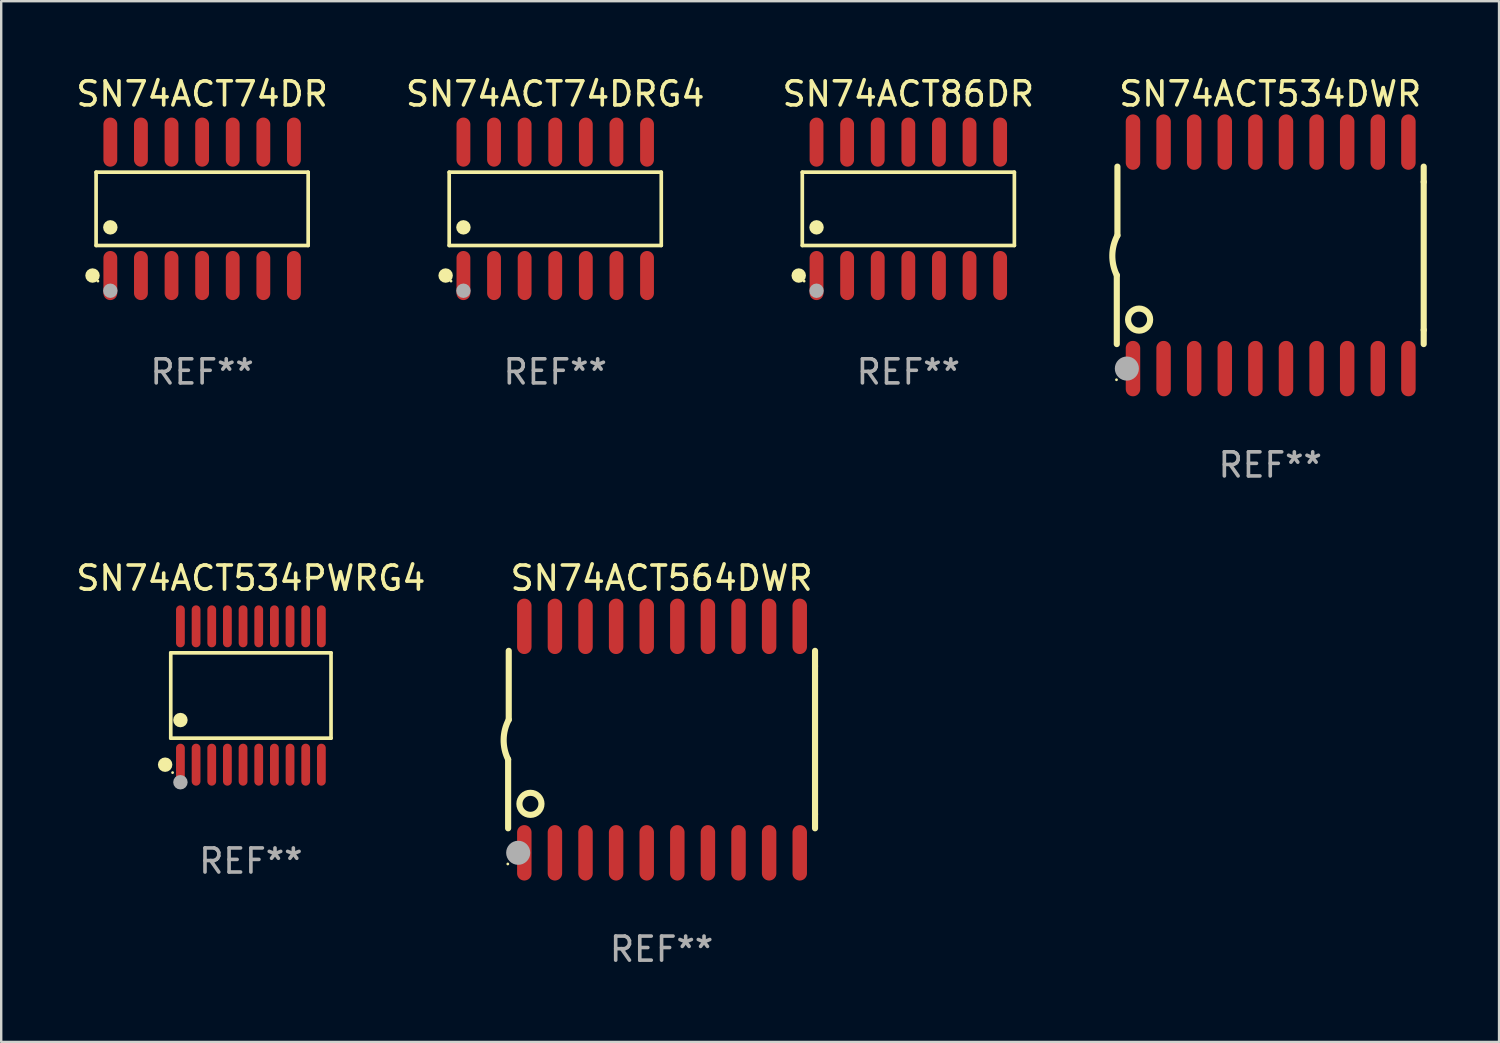
<source format=kicad_pcb>
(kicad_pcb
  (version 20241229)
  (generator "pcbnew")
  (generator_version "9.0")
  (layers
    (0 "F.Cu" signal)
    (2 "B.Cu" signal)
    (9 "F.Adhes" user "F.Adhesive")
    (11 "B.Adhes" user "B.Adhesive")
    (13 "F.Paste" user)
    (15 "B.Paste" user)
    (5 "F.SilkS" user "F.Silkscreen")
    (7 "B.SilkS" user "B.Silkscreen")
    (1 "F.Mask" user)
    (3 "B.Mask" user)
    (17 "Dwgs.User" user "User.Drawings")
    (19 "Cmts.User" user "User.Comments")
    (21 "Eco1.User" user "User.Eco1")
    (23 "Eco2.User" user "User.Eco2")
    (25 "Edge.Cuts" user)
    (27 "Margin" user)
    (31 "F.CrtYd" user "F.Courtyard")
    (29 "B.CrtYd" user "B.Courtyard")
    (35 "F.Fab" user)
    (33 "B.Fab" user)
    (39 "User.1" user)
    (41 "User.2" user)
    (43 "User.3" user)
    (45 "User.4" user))
  (footprint "SN74ACT74DR"
    (layer "F.Cu")
    (at 5.339 5.617)
    (property "Reference" "SN74ACT74DR" (at 0 -4.769 0) (layer "F.SilkS") (effects (font (size 1 1) (thickness 0.15))))
    (attr through_hole)
    (fp_line (start -4.401 -1.521) (end 4.401 -1.521) (stroke (width 0.152) (type solid)) (layer "F.SilkS"))
    (fp_line (start -4.401 1.521) (end -4.401 -1.521) (stroke (width 0.152) (type solid)) (layer "F.SilkS"))
    (fp_line (start 4.401 -1.521) (end 4.401 1.521) (stroke (width 0.152) (type solid)) (layer "F.SilkS"))
    (fp_line (start 4.401 1.521) (end -4.401 1.521) (stroke (width 0.152) (type solid)) (layer "F.SilkS"))
    (fp_circle (center -4.549 2.769) (end -4.399 2.769) (stroke (width 0.3) (type solid)) (fill no) (layer "F.SilkS"))
    (fp_circle (center -4.325 3) (end -4.295 3) (stroke (width 0.06) (type solid)) (fill no) (layer "F.SilkS"))
    (fp_circle (center -3.81 0.769) (end -3.66 0.769) (stroke (width 0.3) (type solid)) (fill no) (layer "F.SilkS"))
    (fp_circle (center -3.81 3.4) (end -3.66 3.4) (stroke (width 0.3) (type solid)) (fill no) (layer "F.Fab"))
    (fp_text user "REF**" (at 0 6.769 0) (layer "F.Fab") (effects (font (size 1 1) (thickness 0.15))))
    (pad "1" smd oval (at -3.81 2.769) (size 0.574 2.038) (layers "F.Cu" "F.Mask" "F.Paste"))
    (pad "2" smd oval (at -2.54 2.769) (size 0.574 2.038) (layers "F.Cu" "F.Mask" "F.Paste"))
    (pad "3" smd oval (at -1.27 2.769) (size 0.574 2.038) (layers "F.Cu" "F.Mask" "F.Paste"))
    (pad "4" smd oval (at 0 2.769) (size 0.574 2.038) (layers "F.Cu" "F.Mask" "F.Paste"))
    (pad "5" smd oval (at 1.27 2.769) (size 0.574 2.038) (layers "F.Cu" "F.Mask" "F.Paste"))
    (pad "6" smd oval (at 2.54 2.769) (size 0.574 2.038) (layers "F.Cu" "F.Mask" "F.Paste"))
    (pad "7" smd oval (at 3.81 2.769) (size 0.574 2.038) (layers "F.Cu" "F.Mask" "F.Paste"))
    (pad "8" smd oval (at 3.81 -2.769) (size 0.574 2.038) (layers "F.Cu" "F.Mask" "F.Paste"))
    (pad "9" smd oval (at 2.54 -2.769) (size 0.574 2.038) (layers "F.Cu" "F.Mask" "F.Paste"))
    (pad "10" smd oval (at 1.27 -2.769) (size 0.574 2.038) (layers "F.Cu" "F.Mask" "F.Paste"))
    (pad "11" smd oval (at 0 -2.769) (size 0.574 2.038) (layers "F.Cu" "F.Mask" "F.Paste"))
    (pad "12" smd oval (at -1.27 -2.769) (size 0.574 2.038) (layers "F.Cu" "F.Mask" "F.Paste"))
    (pad "13" smd oval (at -2.54 -2.769) (size 0.574 2.038) (layers "F.Cu" "F.Mask" "F.Paste"))
    (pad "14" smd oval (at -3.81 -2.769) (size 0.574 2.038) (layers "F.Cu" "F.Mask" "F.Paste")))
  (footprint "SN74ACT534PWRG4"
    (layer "F.Cu")
    (at 7.363 25.816)
    (property "Reference" "SN74ACT534PWRG4" (at 0 -4.871 0) (layer "F.SilkS") (effects (font (size 1 1) (thickness 0.15))))
    (attr through_hole)
    (fp_line (start -3.326 -1.771) (end 3.326 -1.771) (stroke (width 0.152) (type solid)) (layer "F.SilkS"))
    (fp_line (start -3.326 1.771) (end -3.326 -1.771) (stroke (width 0.152) (type solid)) (layer "F.SilkS"))
    (fp_line (start 3.326 -1.771) (end 3.326 1.771) (stroke (width 0.152) (type solid)) (layer "F.SilkS"))
    (fp_line (start 3.326 1.771) (end -3.326 1.771) (stroke (width 0.152) (type solid)) (layer "F.SilkS"))
    (fp_circle (center -3.559 2.871) (end -3.409 2.871) (stroke (width 0.3) (type solid)) (fill no) (layer "F.SilkS"))
    (fp_circle (center -3.25 3.2) (end -3.22 3.2) (stroke (width 0.06) (type solid)) (fill no) (layer "F.SilkS"))
    (fp_circle (center -2.925 1.019) (end -2.775 1.019) (stroke (width 0.3) (type solid)) (fill no) (layer "F.SilkS"))
    (fp_circle (center -2.925 3.6) (end -2.775 3.6) (stroke (width 0.3) (type solid)) (fill no) (layer "F.Fab"))
    (fp_text user "REF**" (at 0 6.871 0) (layer "F.Fab") (effects (font (size 1 1) (thickness 0.15))))
    (pad "1" smd oval (at -2.925 2.871) (size 0.364 1.742) (layers "F.Cu" "F.Mask" "F.Paste"))
    (pad "2" smd oval (at -2.275 2.871) (size 0.364 1.742) (layers "F.Cu" "F.Mask" "F.Paste"))
    (pad "3" smd oval (at -1.625 2.871) (size 0.364 1.742) (layers "F.Cu" "F.Mask" "F.Paste"))
    (pad "4" smd oval (at -0.975 2.871) (size 0.364 1.742) (layers "F.Cu" "F.Mask" "F.Paste"))
    (pad "5" smd oval (at -0.325 2.871) (size 0.364 1.742) (layers "F.Cu" "F.Mask" "F.Paste"))
    (pad "6" smd oval (at 0.325 2.871) (size 0.364 1.742) (layers "F.Cu" "F.Mask" "F.Paste"))
    (pad "7" smd oval (at 0.975 2.871) (size 0.364 1.742) (layers "F.Cu" "F.Mask" "F.Paste"))
    (pad "8" smd oval (at 1.625 2.871) (size 0.364 1.742) (layers "F.Cu" "F.Mask" "F.Paste"))
    (pad "9" smd oval (at 2.275 2.871) (size 0.364 1.742) (layers "F.Cu" "F.Mask" "F.Paste"))
    (pad "10" smd oval (at 2.925 2.871) (size 0.364 1.742) (layers "F.Cu" "F.Mask" "F.Paste"))
    (pad "11" smd oval (at 2.925 -2.871) (size 0.364 1.742) (layers "F.Cu" "F.Mask" "F.Paste"))
    (pad "12" smd oval (at 2.275 -2.871) (size 0.364 1.742) (layers "F.Cu" "F.Mask" "F.Paste"))
    (pad "13" smd oval (at 1.625 -2.871) (size 0.364 1.742) (layers "F.Cu" "F.Mask" "F.Paste"))
    (pad "14" smd oval (at 0.975 -2.871) (size 0.364 1.742) (layers "F.Cu" "F.Mask" "F.Paste"))
    (pad "15" smd oval (at 0.325 -2.871) (size 0.364 1.742) (layers "F.Cu" "F.Mask" "F.Paste"))
    (pad "16" smd oval (at -0.325 -2.871) (size 0.364 1.742) (layers "F.Cu" "F.Mask" "F.Paste"))
    (pad "17" smd oval (at -0.975 -2.871) (size 0.364 1.742) (layers "F.Cu" "F.Mask" "F.Paste"))
    (pad "18" smd oval (at -1.625 -2.871) (size 0.364 1.742) (layers "F.Cu" "F.Mask" "F.Paste"))
    (pad "19" smd oval (at -2.275 -2.871) (size 0.364 1.742) (layers "F.Cu" "F.Mask" "F.Paste"))
    (pad "20" smd oval (at -2.925 -2.871) (size 0.364 1.742) (layers "F.Cu" "F.Mask" "F.Paste")))
  (footprint "SN74ACT564DWR"
    (layer "F.Cu")
    (at 24.408 27.645)
    (property "Reference" "SN74ACT564DWR" (at 0 -6.7 0) (layer "F.SilkS") (effects (font (size 1 1) (thickness 0.15))))
    (attr through_hole)
    (fp_line (start -6.369 0.826) (end -6.369 3.683) (stroke (width 0.254) (type solid)) (layer "F.SilkS"))
    (fp_line (start -6.343 -0.825) (end -6.343 -3.683) (stroke (width 0.254) (type solid)) (layer "F.SilkS"))
    (fp_line (start 6.369 -3.048) (end 6.369 -3.683) (stroke (width 0.254) (type solid)) (layer "F.SilkS"))
    (fp_line (start 6.369 -3.048) (end 6.369 3.096) (stroke (width 0.254) (type solid)) (layer "F.SilkS"))
    (fp_line (start 6.369 3.096) (end 6.369 3.683) (stroke (width 0.254) (type solid)) (layer "F.SilkS"))
    (fp_arc (start -6.36853 0.825552) (mid -6.554743 -0.00301) (end -6.343129 -0.825451) (stroke (width 0.254001) (type solid)) (layer "F.SilkS"))
    (fp_circle (center -6.382 5.163) (end -6.352 5.163) (stroke (width 0.06) (type solid)) (fill no) (layer "F.SilkS"))
    (fp_circle (center -5.443 2.667) (end -4.985 2.667) (stroke (width 0.254) (type solid)) (fill no) (layer "F.SilkS"))
    (fp_circle (center -5.951 4.699) (end -5.701 4.699) (stroke (width 0.5) (type solid)) (fill no) (layer "F.Fab"))
    (fp_text user "REF**" (at 0 8.7 0) (layer "F.Fab") (effects (font (size 1 1) (thickness 0.15))))
    (pad "1" smd oval (at -5.697 4.7 180) (size 0.6 2.3) (layers "F.Cu" "F.Mask" "F.Paste"))
    (pad "2" smd oval (at -4.427 4.7 180) (size 0.6 2.3) (layers "F.Cu" "F.Mask" "F.Paste"))
    (pad "3" smd oval (at -3.157 4.7 180) (size 0.6 2.3) (layers "F.Cu" "F.Mask" "F.Paste"))
    (pad "4" smd oval (at -1.887 4.7 180) (size 0.6 2.3) (layers "F.Cu" "F.Mask" "F.Paste"))
    (pad "5" smd oval (at -0.617 4.7 180) (size 0.6 2.3) (layers "F.Cu" "F.Mask" "F.Paste"))
    (pad "6" smd oval (at 0.653 4.7 180) (size 0.6 2.3) (layers "F.Cu" "F.Mask" "F.Paste"))
    (pad "7" smd oval (at 1.923 4.7 180) (size 0.6 2.3) (layers "F.Cu" "F.Mask" "F.Paste"))
    (pad "8" smd oval (at 3.193 4.7 180) (size 0.6 2.3) (layers "F.Cu" "F.Mask" "F.Paste"))
    (pad "9" smd oval (at 4.463 4.7 180) (size 0.6 2.3) (layers "F.Cu" "F.Mask" "F.Paste"))
    (pad "10" smd oval (at 5.734 4.7 180) (size 0.6 2.3) (layers "F.Cu" "F.Mask" "F.Paste"))
    (pad "11" smd oval (at 5.734 -4.7 180) (size 0.6 2.3) (layers "F.Cu" "F.Mask" "F.Paste"))
    (pad "12" smd oval (at 4.463 -4.7 180) (size 0.6 2.3) (layers "F.Cu" "F.Mask" "F.Paste"))
    (pad "13" smd oval (at 3.193 -4.7 180) (size 0.6 2.3) (layers "F.Cu" "F.Mask" "F.Paste"))
    (pad "14" smd oval (at 1.923 -4.7 180) (size 0.6 2.3) (layers "F.Cu" "F.Mask" "F.Paste"))
    (pad "15" smd oval (at 0.653 -4.7 180) (size 0.6 2.3) (layers "F.Cu" "F.Mask" "F.Paste"))
    (pad "16" smd oval (at -0.617 -4.7 180) (size 0.6 2.3) (layers "F.Cu" "F.Mask" "F.Paste"))
    (pad "17" smd oval (at -1.887 -4.7 180) (size 0.6 2.3) (layers "F.Cu" "F.Mask" "F.Paste"))
    (pad "18" smd oval (at -3.157 -4.7 180) (size 0.6 2.3) (layers "F.Cu" "F.Mask" "F.Paste"))
    (pad "19" smd oval (at -4.427 -4.7 180) (size 0.6 2.3) (layers "F.Cu" "F.Mask" "F.Paste"))
    (pad "20" smd oval (at -5.697 -4.7 180) (size 0.6 2.3) (layers "F.Cu" "F.Mask" "F.Paste")))
  (footprint "SN74ACT74DRG4"
    (layer "F.Cu")
    (at 19.994 5.617)
    (property "Reference" "SN74ACT74DRG4" (at 0 -4.769 0) (layer "F.SilkS") (effects (font (size 1 1) (thickness 0.15))))
    (attr through_hole)
    (fp_line (start -4.401 -1.521) (end 4.401 -1.521) (stroke (width 0.152) (type solid)) (layer "F.SilkS"))
    (fp_line (start -4.401 1.521) (end -4.401 -1.521) (stroke (width 0.152) (type solid)) (layer "F.SilkS"))
    (fp_line (start 4.401 -1.521) (end 4.401 1.521) (stroke (width 0.152) (type solid)) (layer "F.SilkS"))
    (fp_line (start 4.401 1.521) (end -4.401 1.521) (stroke (width 0.152) (type solid)) (layer "F.SilkS"))
    (fp_circle (center -4.549 2.769) (end -4.399 2.769) (stroke (width 0.3) (type solid)) (fill no) (layer "F.SilkS"))
    (fp_circle (center -4.325 3) (end -4.295 3) (stroke (width 0.06) (type solid)) (fill no) (layer "F.SilkS"))
    (fp_circle (center -3.81 0.769) (end -3.66 0.769) (stroke (width 0.3) (type solid)) (fill no) (layer "F.SilkS"))
    (fp_circle (center -3.81 3.4) (end -3.66 3.4) (stroke (width 0.3) (type solid)) (fill no) (layer "F.Fab"))
    (fp_text user "REF**" (at 0 6.769 0) (layer "F.Fab") (effects (font (size 1 1) (thickness 0.15))))
    (pad "1" smd oval (at -3.81 2.769) (size 0.574 2.038) (layers "F.Cu" "F.Mask" "F.Paste"))
    (pad "2" smd oval (at -2.54 2.769) (size 0.574 2.038) (layers "F.Cu" "F.Mask" "F.Paste"))
    (pad "3" smd oval (at -1.27 2.769) (size 0.574 2.038) (layers "F.Cu" "F.Mask" "F.Paste"))
    (pad "4" smd oval (at 0 2.769) (size 0.574 2.038) (layers "F.Cu" "F.Mask" "F.Paste"))
    (pad "5" smd oval (at 1.27 2.769) (size 0.574 2.038) (layers "F.Cu" "F.Mask" "F.Paste"))
    (pad "6" smd oval (at 2.54 2.769) (size 0.574 2.038) (layers "F.Cu" "F.Mask" "F.Paste"))
    (pad "7" smd oval (at 3.81 2.769) (size 0.574 2.038) (layers "F.Cu" "F.Mask" "F.Paste"))
    (pad "8" smd oval (at 3.81 -2.769) (size 0.574 2.038) (layers "F.Cu" "F.Mask" "F.Paste"))
    (pad "9" smd oval (at 2.54 -2.769) (size 0.574 2.038) (layers "F.Cu" "F.Mask" "F.Paste"))
    (pad "10" smd oval (at 1.27 -2.769) (size 0.574 2.038) (layers "F.Cu" "F.Mask" "F.Paste"))
    (pad "11" smd oval (at 0 -2.769) (size 0.574 2.038) (layers "F.Cu" "F.Mask" "F.Paste"))
    (pad "12" smd oval (at -1.27 -2.769) (size 0.574 2.038) (layers "F.Cu" "F.Mask" "F.Paste"))
    (pad "13" smd oval (at -2.54 -2.769) (size 0.574 2.038) (layers "F.Cu" "F.Mask" "F.Paste"))
    (pad "14" smd oval (at -3.81 -2.769) (size 0.574 2.038) (layers "F.Cu" "F.Mask" "F.Paste")))
  (footprint "SN74ACT86DR"
    (layer "F.Cu")
    (at 34.649 5.617)
    (property "Reference" "SN74ACT86DR" (at 0 -4.769 0) (layer "F.SilkS") (effects (font (size 1 1) (thickness 0.15))))
    (attr through_hole)
    (fp_line (start -4.401 -1.521) (end 4.401 -1.521) (stroke (width 0.152) (type solid)) (layer "F.SilkS"))
    (fp_line (start -4.401 1.521) (end -4.401 -1.521) (stroke (width 0.152) (type solid)) (layer "F.SilkS"))
    (fp_line (start 4.401 -1.521) (end 4.401 1.521) (stroke (width 0.152) (type solid)) (layer "F.SilkS"))
    (fp_line (start 4.401 1.521) (end -4.401 1.521) (stroke (width 0.152) (type solid)) (layer "F.SilkS"))
    (fp_circle (center -4.549 2.769) (end -4.399 2.769) (stroke (width 0.3) (type solid)) (fill no) (layer "F.SilkS"))
    (fp_circle (center -4.325 3) (end -4.295 3) (stroke (width 0.06) (type solid)) (fill no) (layer "F.SilkS"))
    (fp_circle (center -3.81 0.769) (end -3.66 0.769) (stroke (width 0.3) (type solid)) (fill no) (layer "F.SilkS"))
    (fp_circle (center -3.81 3.4) (end -3.66 3.4) (stroke (width 0.3) (type solid)) (fill no) (layer "F.Fab"))
    (fp_text user "REF**" (at 0 6.769 0) (layer "F.Fab") (effects (font (size 1 1) (thickness 0.15))))
    (pad "1" smd oval (at -3.81 2.769) (size 0.574 2.038) (layers "F.Cu" "F.Mask" "F.Paste"))
    (pad "2" smd oval (at -2.54 2.769) (size 0.574 2.038) (layers "F.Cu" "F.Mask" "F.Paste"))
    (pad "3" smd oval (at -1.27 2.769) (size 0.574 2.038) (layers "F.Cu" "F.Mask" "F.Paste"))
    (pad "4" smd oval (at 0 2.769) (size 0.574 2.038) (layers "F.Cu" "F.Mask" "F.Paste"))
    (pad "5" smd oval (at 1.27 2.769) (size 0.574 2.038) (layers "F.Cu" "F.Mask" "F.Paste"))
    (pad "6" smd oval (at 2.54 2.769) (size 0.574 2.038) (layers "F.Cu" "F.Mask" "F.Paste"))
    (pad "7" smd oval (at 3.81 2.769) (size 0.574 2.038) (layers "F.Cu" "F.Mask" "F.Paste"))
    (pad "8" smd oval (at 3.81 -2.769) (size 0.574 2.038) (layers "F.Cu" "F.Mask" "F.Paste"))
    (pad "9" smd oval (at 2.54 -2.769) (size 0.574 2.038) (layers "F.Cu" "F.Mask" "F.Paste"))
    (pad "10" smd oval (at 1.27 -2.769) (size 0.574 2.038) (layers "F.Cu" "F.Mask" "F.Paste"))
    (pad "11" smd oval (at 0 -2.769) (size 0.574 2.038) (layers "F.Cu" "F.Mask" "F.Paste"))
    (pad "12" smd oval (at -1.27 -2.769) (size 0.574 2.038) (layers "F.Cu" "F.Mask" "F.Paste"))
    (pad "13" smd oval (at -2.54 -2.769) (size 0.574 2.038) (layers "F.Cu" "F.Mask" "F.Paste"))
    (pad "14" smd oval (at -3.81 -2.769) (size 0.574 2.038) (layers "F.Cu" "F.Mask" "F.Paste")))
  (footprint "SN74ACT534DWR"
    (layer "F.Cu")
    (at 49.67 7.548)
    (property "Reference" "SN74ACT534DWR" (at 0 -6.7 0) (layer "F.SilkS") (effects (font (size 1 1) (thickness 0.15))))
    (attr through_hole)
    (fp_line (start -6.369 0.826) (end -6.369 3.683) (stroke (width 0.254) (type solid)) (layer "F.SilkS"))
    (fp_line (start -6.343 -0.825) (end -6.343 -3.683) (stroke (width 0.254) (type solid)) (layer "F.SilkS"))
    (fp_line (start 6.369 -3.048) (end 6.369 -3.683) (stroke (width 0.254) (type solid)) (layer "F.SilkS"))
    (fp_line (start 6.369 -3.048) (end 6.369 3.096) (stroke (width 0.254) (type solid)) (layer "F.SilkS"))
    (fp_line (start 6.369 3.096) (end 6.369 3.683) (stroke (width 0.254) (type solid)) (layer "F.SilkS"))
    (fp_arc (start -6.36853 0.825552) (mid -6.554743 -0.00301) (end -6.343129 -0.825451) (stroke (width 0.254001) (type solid)) (layer "F.SilkS"))
    (fp_circle (center -6.382 5.163) (end -6.352 5.163) (stroke (width 0.06) (type solid)) (fill no) (layer "F.SilkS"))
    (fp_circle (center -5.443 2.667) (end -4.985 2.667) (stroke (width 0.254) (type solid)) (fill no) (layer "F.SilkS"))
    (fp_circle (center -5.951 4.699) (end -5.701 4.699) (stroke (width 0.5) (type solid)) (fill no) (layer "F.Fab"))
    (fp_text user "REF**" (at 0 8.7 0) (layer "F.Fab") (effects (font (size 1 1) (thickness 0.15))))
    (pad "1" smd oval (at -5.697 4.7 180) (size 0.6 2.3) (layers "F.Cu" "F.Mask" "F.Paste"))
    (pad "2" smd oval (at -4.427 4.7 180) (size 0.6 2.3) (layers "F.Cu" "F.Mask" "F.Paste"))
    (pad "3" smd oval (at -3.157 4.7 180) (size 0.6 2.3) (layers "F.Cu" "F.Mask" "F.Paste"))
    (pad "4" smd oval (at -1.887 4.7 180) (size 0.6 2.3) (layers "F.Cu" "F.Mask" "F.Paste"))
    (pad "5" smd oval (at -0.617 4.7 180) (size 0.6 2.3) (layers "F.Cu" "F.Mask" "F.Paste"))
    (pad "6" smd oval (at 0.653 4.7 180) (size 0.6 2.3) (layers "F.Cu" "F.Mask" "F.Paste"))
    (pad "7" smd oval (at 1.923 4.7 180) (size 0.6 2.3) (layers "F.Cu" "F.Mask" "F.Paste"))
    (pad "8" smd oval (at 3.193 4.7 180) (size 0.6 2.3) (layers "F.Cu" "F.Mask" "F.Paste"))
    (pad "9" smd oval (at 4.463 4.7 180) (size 0.6 2.3) (layers "F.Cu" "F.Mask" "F.Paste"))
    (pad "10" smd oval (at 5.734 4.7 180) (size 0.6 2.3) (layers "F.Cu" "F.Mask" "F.Paste"))
    (pad "11" smd oval (at 5.734 -4.7 180) (size 0.6 2.3) (layers "F.Cu" "F.Mask" "F.Paste"))
    (pad "12" smd oval (at 4.463 -4.7 180) (size 0.6 2.3) (layers "F.Cu" "F.Mask" "F.Paste"))
    (pad "13" smd oval (at 3.193 -4.7 180) (size 0.6 2.3) (layers "F.Cu" "F.Mask" "F.Paste"))
    (pad "14" smd oval (at 1.923 -4.7 180) (size 0.6 2.3) (layers "F.Cu" "F.Mask" "F.Paste"))
    (pad "15" smd oval (at 0.653 -4.7 180) (size 0.6 2.3) (layers "F.Cu" "F.Mask" "F.Paste"))
    (pad "16" smd oval (at -0.617 -4.7 180) (size 0.6 2.3) (layers "F.Cu" "F.Mask" "F.Paste"))
    (pad "17" smd oval (at -1.887 -4.7 180) (size 0.6 2.3) (layers "F.Cu" "F.Mask" "F.Paste"))
    (pad "18" smd oval (at -3.157 -4.7 180) (size 0.6 2.3) (layers "F.Cu" "F.Mask" "F.Paste"))
    (pad "19" smd oval (at -4.427 -4.7 180) (size 0.6 2.3) (layers "F.Cu" "F.Mask" "F.Paste"))
    (pad "20" smd oval (at -5.697 -4.7 180) (size 0.6 2.3) (layers "F.Cu" "F.Mask" "F.Paste")))
  (gr_rect
    (start -3 -3)
    (end 59.166 40.193)
    (stroke (width 0.1) (type default))
    (fill no)
    (layer "Edge.Cuts")))
</source>
